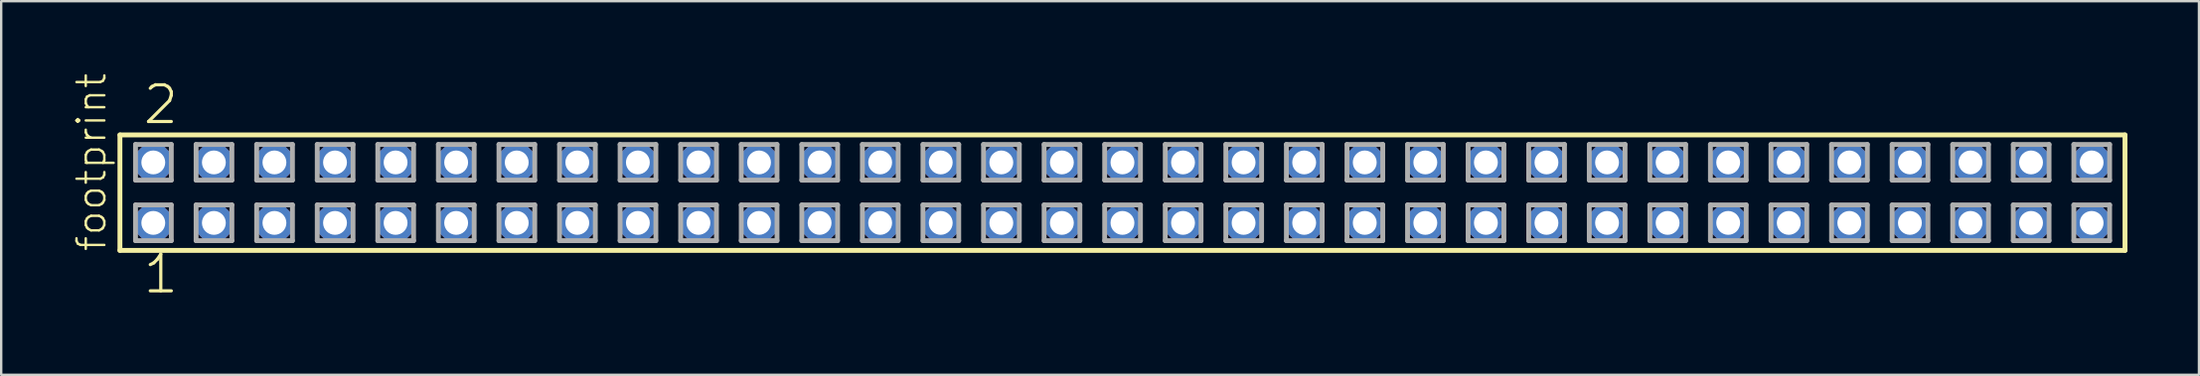
<source format=kicad_pcb>
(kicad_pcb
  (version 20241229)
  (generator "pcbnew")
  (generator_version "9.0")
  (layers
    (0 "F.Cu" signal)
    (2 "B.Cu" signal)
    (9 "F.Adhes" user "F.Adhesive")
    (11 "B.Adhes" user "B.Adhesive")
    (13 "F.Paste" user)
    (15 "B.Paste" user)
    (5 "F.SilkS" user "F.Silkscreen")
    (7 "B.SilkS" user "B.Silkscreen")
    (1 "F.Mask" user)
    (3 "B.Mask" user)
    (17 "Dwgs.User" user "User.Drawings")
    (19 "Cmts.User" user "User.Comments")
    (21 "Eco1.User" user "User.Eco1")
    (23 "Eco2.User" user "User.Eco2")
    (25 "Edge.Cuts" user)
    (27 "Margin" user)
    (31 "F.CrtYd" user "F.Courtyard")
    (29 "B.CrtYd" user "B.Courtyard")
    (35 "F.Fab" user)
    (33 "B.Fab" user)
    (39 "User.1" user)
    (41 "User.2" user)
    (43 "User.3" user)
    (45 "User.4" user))
  (footprint "footprint"
    (layer "F.Cu")
    (at 44.018 5.042)
    (property "Reference" "footprint" (at -42.545 2.54 90) (layer "F.SilkS") (effects (font (size 1.168 1.168) (thickness 0.102)) (justify left bottom)))
    (fp_line (start -42.039 -2.425) (end 42.039 -2.425) (stroke (width 0.203) (type solid)) (layer "F.SilkS"))
    (fp_line (start -42.039 2.425) (end -42.039 -2.425) (stroke (width 0.203) (type solid)) (layer "F.SilkS"))
    (fp_line (start 42.039 -2.425) (end 42.039 2.425) (stroke (width 0.203) (type solid)) (layer "F.SilkS"))
    (fp_line (start 42.039 2.425) (end -42.039 2.425) (stroke (width 0.203) (type solid)) (layer "F.SilkS"))
    (fp_line (start -41.385 -2.025) (end -39.885 -2.025) (stroke (width 0.203) (type solid)) (layer "F.Fab"))
    (fp_line (start -41.385 -0.525) (end -41.385 -2.025) (stroke (width 0.203) (type solid)) (layer "F.Fab"))
    (fp_line (start -41.385 0.515) (end -39.885 0.515) (stroke (width 0.203) (type solid)) (layer "F.Fab"))
    (fp_line (start -41.385 2.015) (end -41.385 0.515) (stroke (width 0.203) (type solid)) (layer "F.Fab"))
    (fp_line (start -39.885 -2.025) (end -39.885 -0.525) (stroke (width 0.203) (type solid)) (layer "F.Fab"))
    (fp_line (start -39.885 -0.525) (end -41.385 -0.525) (stroke (width 0.203) (type solid)) (layer "F.Fab"))
    (fp_line (start -39.885 0.515) (end -39.885 2.015) (stroke (width 0.203) (type solid)) (layer "F.Fab"))
    (fp_line (start -39.885 2.015) (end -41.385 2.015) (stroke (width 0.203) (type solid)) (layer "F.Fab"))
    (fp_line (start -38.845 -2.025) (end -37.345 -2.025) (stroke (width 0.203) (type solid)) (layer "F.Fab"))
    (fp_line (start -38.845 -0.525) (end -38.845 -2.025) (stroke (width 0.203) (type solid)) (layer "F.Fab"))
    (fp_line (start -38.845 0.515) (end -37.345 0.515) (stroke (width 0.203) (type solid)) (layer "F.Fab"))
    (fp_line (start -38.845 2.015) (end -38.845 0.515) (stroke (width 0.203) (type solid)) (layer "F.Fab"))
    (fp_line (start -37.345 -2.025) (end -37.345 -0.525) (stroke (width 0.203) (type solid)) (layer "F.Fab"))
    (fp_line (start -37.345 -0.525) (end -38.845 -0.525) (stroke (width 0.203) (type solid)) (layer "F.Fab"))
    (fp_line (start -37.345 0.515) (end -37.345 2.015) (stroke (width 0.203) (type solid)) (layer "F.Fab"))
    (fp_line (start -37.345 2.015) (end -38.845 2.015) (stroke (width 0.203) (type solid)) (layer "F.Fab"))
    (fp_line (start -36.305 -2.025) (end -34.805 -2.025) (stroke (width 0.203) (type solid)) (layer "F.Fab"))
    (fp_line (start -36.305 -0.525) (end -36.305 -2.025) (stroke (width 0.203) (type solid)) (layer "F.Fab"))
    (fp_line (start -36.305 0.515) (end -34.805 0.515) (stroke (width 0.203) (type solid)) (layer "F.Fab"))
    (fp_line (start -36.305 2.015) (end -36.305 0.515) (stroke (width 0.203) (type solid)) (layer "F.Fab"))
    (fp_line (start -34.805 -2.025) (end -34.805 -0.525) (stroke (width 0.203) (type solid)) (layer "F.Fab"))
    (fp_line (start -34.805 -0.525) (end -36.305 -0.525) (stroke (width 0.203) (type solid)) (layer "F.Fab"))
    (fp_line (start -34.805 0.515) (end -34.805 2.015) (stroke (width 0.203) (type solid)) (layer "F.Fab"))
    (fp_line (start -34.805 2.015) (end -36.305 2.015) (stroke (width 0.203) (type solid)) (layer "F.Fab"))
    (fp_line (start -33.765 -2.025) (end -32.265 -2.025) (stroke (width 0.203) (type solid)) (layer "F.Fab"))
    (fp_line (start -33.765 -0.525) (end -33.765 -2.025) (stroke (width 0.203) (type solid)) (layer "F.Fab"))
    (fp_line (start -33.765 0.515) (end -32.265 0.515) (stroke (width 0.203) (type solid)) (layer "F.Fab"))
    (fp_line (start -33.765 2.015) (end -33.765 0.515) (stroke (width 0.203) (type solid)) (layer "F.Fab"))
    (fp_line (start -32.265 -2.025) (end -32.265 -0.525) (stroke (width 0.203) (type solid)) (layer "F.Fab"))
    (fp_line (start -32.265 -0.525) (end -33.765 -0.525) (stroke (width 0.203) (type solid)) (layer "F.Fab"))
    (fp_line (start -32.265 0.515) (end -32.265 2.015) (stroke (width 0.203) (type solid)) (layer "F.Fab"))
    (fp_line (start -32.265 2.015) (end -33.765 2.015) (stroke (width 0.203) (type solid)) (layer "F.Fab"))
    (fp_line (start -31.225 -2.025) (end -29.725 -2.025) (stroke (width 0.203) (type solid)) (layer "F.Fab"))
    (fp_line (start -31.225 -0.525) (end -31.225 -2.025) (stroke (width 0.203) (type solid)) (layer "F.Fab"))
    (fp_line (start -31.225 0.515) (end -29.725 0.515) (stroke (width 0.203) (type solid)) (layer "F.Fab"))
    (fp_line (start -31.225 2.015) (end -31.225 0.515) (stroke (width 0.203) (type solid)) (layer "F.Fab"))
    (fp_line (start -29.725 -2.025) (end -29.725 -0.525) (stroke (width 0.203) (type solid)) (layer "F.Fab"))
    (fp_line (start -29.725 -0.525) (end -31.225 -0.525) (stroke (width 0.203) (type solid)) (layer "F.Fab"))
    (fp_line (start -29.725 0.515) (end -29.725 2.015) (stroke (width 0.203) (type solid)) (layer "F.Fab"))
    (fp_line (start -29.725 2.015) (end -31.225 2.015) (stroke (width 0.203) (type solid)) (layer "F.Fab"))
    (fp_line (start -28.685 -2.025) (end -27.185 -2.025) (stroke (width 0.203) (type solid)) (layer "F.Fab"))
    (fp_line (start -28.685 -0.525) (end -28.685 -2.025) (stroke (width 0.203) (type solid)) (layer "F.Fab"))
    (fp_line (start -28.685 0.515) (end -27.185 0.515) (stroke (width 0.203) (type solid)) (layer "F.Fab"))
    (fp_line (start -28.685 2.015) (end -28.685 0.515) (stroke (width 0.203) (type solid)) (layer "F.Fab"))
    (fp_line (start -27.185 -2.025) (end -27.185 -0.525) (stroke (width 0.203) (type solid)) (layer "F.Fab"))
    (fp_line (start -27.185 -0.525) (end -28.685 -0.525) (stroke (width 0.203) (type solid)) (layer "F.Fab"))
    (fp_line (start -27.185 0.515) (end -27.185 2.015) (stroke (width 0.203) (type solid)) (layer "F.Fab"))
    (fp_line (start -27.185 2.015) (end -28.685 2.015) (stroke (width 0.203) (type solid)) (layer "F.Fab"))
    (fp_line (start -26.145 -2.025) (end -24.645 -2.025) (stroke (width 0.203) (type solid)) (layer "F.Fab"))
    (fp_line (start -26.145 -0.525) (end -26.145 -2.025) (stroke (width 0.203) (type solid)) (layer "F.Fab"))
    (fp_line (start -26.145 0.515) (end -24.645 0.515) (stroke (width 0.203) (type solid)) (layer "F.Fab"))
    (fp_line (start -26.145 2.015) (end -26.145 0.515) (stroke (width 0.203) (type solid)) (layer "F.Fab"))
    (fp_line (start -24.645 -2.025) (end -24.645 -0.525) (stroke (width 0.203) (type solid)) (layer "F.Fab"))
    (fp_line (start -24.645 -0.525) (end -26.145 -0.525) (stroke (width 0.203) (type solid)) (layer "F.Fab"))
    (fp_line (start -24.645 0.515) (end -24.645 2.015) (stroke (width 0.203) (type solid)) (layer "F.Fab"))
    (fp_line (start -24.645 2.015) (end -26.145 2.015) (stroke (width 0.203) (type solid)) (layer "F.Fab"))
    (fp_line (start -23.605 -2.025) (end -22.105 -2.025) (stroke (width 0.203) (type solid)) (layer "F.Fab"))
    (fp_line (start -23.605 -0.525) (end -23.605 -2.025) (stroke (width 0.203) (type solid)) (layer "F.Fab"))
    (fp_line (start -23.605 0.515) (end -22.105 0.515) (stroke (width 0.203) (type solid)) (layer "F.Fab"))
    (fp_line (start -23.605 2.015) (end -23.605 0.515) (stroke (width 0.203) (type solid)) (layer "F.Fab"))
    (fp_line (start -22.105 -2.025) (end -22.105 -0.525) (stroke (width 0.203) (type solid)) (layer "F.Fab"))
    (fp_line (start -22.105 -0.525) (end -23.605 -0.525) (stroke (width 0.203) (type solid)) (layer "F.Fab"))
    (fp_line (start -22.105 0.515) (end -22.105 2.015) (stroke (width 0.203) (type solid)) (layer "F.Fab"))
    (fp_line (start -22.105 2.015) (end -23.605 2.015) (stroke (width 0.203) (type solid)) (layer "F.Fab"))
    (fp_line (start -21.065 -2.025) (end -19.565 -2.025) (stroke (width 0.203) (type solid)) (layer "F.Fab"))
    (fp_line (start -21.065 -0.525) (end -21.065 -2.025) (stroke (width 0.203) (type solid)) (layer "F.Fab"))
    (fp_line (start -21.065 0.515) (end -19.565 0.515) (stroke (width 0.203) (type solid)) (layer "F.Fab"))
    (fp_line (start -21.065 2.015) (end -21.065 0.515) (stroke (width 0.203) (type solid)) (layer "F.Fab"))
    (fp_line (start -19.565 -2.025) (end -19.565 -0.525) (stroke (width 0.203) (type solid)) (layer "F.Fab"))
    (fp_line (start -19.565 -0.525) (end -21.065 -0.525) (stroke (width 0.203) (type solid)) (layer "F.Fab"))
    (fp_line (start -19.565 0.515) (end -19.565 2.015) (stroke (width 0.203) (type solid)) (layer "F.Fab"))
    (fp_line (start -19.565 2.015) (end -21.065 2.015) (stroke (width 0.203) (type solid)) (layer "F.Fab"))
    (fp_line (start -18.525 -2.025) (end -17.025 -2.025) (stroke (width 0.203) (type solid)) (layer "F.Fab"))
    (fp_line (start -18.525 -0.525) (end -18.525 -2.025) (stroke (width 0.203) (type solid)) (layer "F.Fab"))
    (fp_line (start -18.525 0.515) (end -17.025 0.515) (stroke (width 0.203) (type solid)) (layer "F.Fab"))
    (fp_line (start -18.525 2.015) (end -18.525 0.515) (stroke (width 0.203) (type solid)) (layer "F.Fab"))
    (fp_line (start -17.025 -2.025) (end -17.025 -0.525) (stroke (width 0.203) (type solid)) (layer "F.Fab"))
    (fp_line (start -17.025 -0.525) (end -18.525 -0.525) (stroke (width 0.203) (type solid)) (layer "F.Fab"))
    (fp_line (start -17.025 0.515) (end -17.025 2.015) (stroke (width 0.203) (type solid)) (layer "F.Fab"))
    (fp_line (start -17.025 2.015) (end -18.525 2.015) (stroke (width 0.203) (type solid)) (layer "F.Fab"))
    (fp_line (start -15.985 -2.025) (end -14.485 -2.025) (stroke (width 0.203) (type solid)) (layer "F.Fab"))
    (fp_line (start -15.985 -0.525) (end -15.985 -2.025) (stroke (width 0.203) (type solid)) (layer "F.Fab"))
    (fp_line (start -15.985 0.515) (end -14.485 0.515) (stroke (width 0.203) (type solid)) (layer "F.Fab"))
    (fp_line (start -15.985 2.015) (end -15.985 0.515) (stroke (width 0.203) (type solid)) (layer "F.Fab"))
    (fp_line (start -14.485 -2.025) (end -14.485 -0.525) (stroke (width 0.203) (type solid)) (layer "F.Fab"))
    (fp_line (start -14.485 -0.525) (end -15.985 -0.525) (stroke (width 0.203) (type solid)) (layer "F.Fab"))
    (fp_line (start -14.485 0.515) (end -14.485 2.015) (stroke (width 0.203) (type solid)) (layer "F.Fab"))
    (fp_line (start -14.485 2.015) (end -15.985 2.015) (stroke (width 0.203) (type solid)) (layer "F.Fab"))
    (fp_line (start -13.445 -2.025) (end -11.945 -2.025) (stroke (width 0.203) (type solid)) (layer "F.Fab"))
    (fp_line (start -13.445 -0.525) (end -13.445 -2.025) (stroke (width 0.203) (type solid)) (layer "F.Fab"))
    (fp_line (start -13.445 0.515) (end -11.945 0.515) (stroke (width 0.203) (type solid)) (layer "F.Fab"))
    (fp_line (start -13.445 2.015) (end -13.445 0.515) (stroke (width 0.203) (type solid)) (layer "F.Fab"))
    (fp_line (start -11.945 -2.025) (end -11.945 -0.525) (stroke (width 0.203) (type solid)) (layer "F.Fab"))
    (fp_line (start -11.945 -0.525) (end -13.445 -0.525) (stroke (width 0.203) (type solid)) (layer "F.Fab"))
    (fp_line (start -11.945 0.515) (end -11.945 2.015) (stroke (width 0.203) (type solid)) (layer "F.Fab"))
    (fp_line (start -11.945 2.015) (end -13.445 2.015) (stroke (width 0.203) (type solid)) (layer "F.Fab"))
    (fp_line (start -10.905 -2.025) (end -9.405 -2.025) (stroke (width 0.203) (type solid)) (layer "F.Fab"))
    (fp_line (start -10.905 -0.525) (end -10.905 -2.025) (stroke (width 0.203) (type solid)) (layer "F.Fab"))
    (fp_line (start -10.905 0.515) (end -9.405 0.515) (stroke (width 0.203) (type solid)) (layer "F.Fab"))
    (fp_line (start -10.905 2.015) (end -10.905 0.515) (stroke (width 0.203) (type solid)) (layer "F.Fab"))
    (fp_line (start -9.405 -2.025) (end -9.405 -0.525) (stroke (width 0.203) (type solid)) (layer "F.Fab"))
    (fp_line (start -9.405 -0.525) (end -10.905 -0.525) (stroke (width 0.203) (type solid)) (layer "F.Fab"))
    (fp_line (start -9.405 0.515) (end -9.405 2.015) (stroke (width 0.203) (type solid)) (layer "F.Fab"))
    (fp_line (start -9.405 2.015) (end -10.905 2.015) (stroke (width 0.203) (type solid)) (layer "F.Fab"))
    (fp_line (start -8.365 -2.025) (end -6.865 -2.025) (stroke (width 0.203) (type solid)) (layer "F.Fab"))
    (fp_line (start -8.365 -0.525) (end -8.365 -2.025) (stroke (width 0.203) (type solid)) (layer "F.Fab"))
    (fp_line (start -8.365 0.515) (end -6.865 0.515) (stroke (width 0.203) (type solid)) (layer "F.Fab"))
    (fp_line (start -8.365 2.015) (end -8.365 0.515) (stroke (width 0.203) (type solid)) (layer "F.Fab"))
    (fp_line (start -6.865 -2.025) (end -6.865 -0.525) (stroke (width 0.203) (type solid)) (layer "F.Fab"))
    (fp_line (start -6.865 -0.525) (end -8.365 -0.525) (stroke (width 0.203) (type solid)) (layer "F.Fab"))
    (fp_line (start -6.865 0.515) (end -6.865 2.015) (stroke (width 0.203) (type solid)) (layer "F.Fab"))
    (fp_line (start -6.865 2.015) (end -8.365 2.015) (stroke (width 0.203) (type solid)) (layer "F.Fab"))
    (fp_line (start -5.825 -2.025) (end -4.325 -2.025) (stroke (width 0.203) (type solid)) (layer "F.Fab"))
    (fp_line (start -5.825 -0.525) (end -5.825 -2.025) (stroke (width 0.203) (type solid)) (layer "F.Fab"))
    (fp_line (start -5.825 0.515) (end -4.325 0.515) (stroke (width 0.203) (type solid)) (layer "F.Fab"))
    (fp_line (start -5.825 2.015) (end -5.825 0.515) (stroke (width 0.203) (type solid)) (layer "F.Fab"))
    (fp_line (start -4.325 -2.025) (end -4.325 -0.525) (stroke (width 0.203) (type solid)) (layer "F.Fab"))
    (fp_line (start -4.325 -0.525) (end -5.825 -0.525) (stroke (width 0.203) (type solid)) (layer "F.Fab"))
    (fp_line (start -4.325 0.515) (end -4.325 2.015) (stroke (width 0.203) (type solid)) (layer "F.Fab"))
    (fp_line (start -4.325 2.015) (end -5.825 2.015) (stroke (width 0.203) (type solid)) (layer "F.Fab"))
    (fp_line (start -3.285 -2.025) (end -1.785 -2.025) (stroke (width 0.203) (type solid)) (layer "F.Fab"))
    (fp_line (start -3.285 -0.525) (end -3.285 -2.025) (stroke (width 0.203) (type solid)) (layer "F.Fab"))
    (fp_line (start -3.285 0.515) (end -1.785 0.515) (stroke (width 0.203) (type solid)) (layer "F.Fab"))
    (fp_line (start -3.285 2.015) (end -3.285 0.515) (stroke (width 0.203) (type solid)) (layer "F.Fab"))
    (fp_line (start -1.785 -2.025) (end -1.785 -0.525) (stroke (width 0.203) (type solid)) (layer "F.Fab"))
    (fp_line (start -1.785 -0.525) (end -3.285 -0.525) (stroke (width 0.203) (type solid)) (layer "F.Fab"))
    (fp_line (start -1.785 0.515) (end -1.785 2.015) (stroke (width 0.203) (type solid)) (layer "F.Fab"))
    (fp_line (start -1.785 2.015) (end -3.285 2.015) (stroke (width 0.203) (type solid)) (layer "F.Fab"))
    (fp_line (start -0.745 -2.025) (end 0.755 -2.025) (stroke (width 0.203) (type solid)) (layer "F.Fab"))
    (fp_line (start -0.745 -0.525) (end -0.745 -2.025) (stroke (width 0.203) (type solid)) (layer "F.Fab"))
    (fp_line (start -0.745 0.515) (end 0.755 0.515) (stroke (width 0.203) (type solid)) (layer "F.Fab"))
    (fp_line (start -0.745 2.015) (end -0.745 0.515) (stroke (width 0.203) (type solid)) (layer "F.Fab"))
    (fp_line (start 0.755 -2.025) (end 0.755 -0.525) (stroke (width 0.203) (type solid)) (layer "F.Fab"))
    (fp_line (start 0.755 -0.525) (end -0.745 -0.525) (stroke (width 0.203) (type solid)) (layer "F.Fab"))
    (fp_line (start 0.755 0.515) (end 0.755 2.015) (stroke (width 0.203) (type solid)) (layer "F.Fab"))
    (fp_line (start 0.755 2.015) (end -0.745 2.015) (stroke (width 0.203) (type solid)) (layer "F.Fab"))
    (fp_line (start 1.795 -2.025) (end 3.295 -2.025) (stroke (width 0.203) (type solid)) (layer "F.Fab"))
    (fp_line (start 1.795 -0.525) (end 1.795 -2.025) (stroke (width 0.203) (type solid)) (layer "F.Fab"))
    (fp_line (start 1.795 0.515) (end 3.295 0.515) (stroke (width 0.203) (type solid)) (layer "F.Fab"))
    (fp_line (start 1.795 2.015) (end 1.795 0.515) (stroke (width 0.203) (type solid)) (layer "F.Fab"))
    (fp_line (start 3.295 -2.025) (end 3.295 -0.525) (stroke (width 0.203) (type solid)) (layer "F.Fab"))
    (fp_line (start 3.295 -0.525) (end 1.795 -0.525) (stroke (width 0.203) (type solid)) (layer "F.Fab"))
    (fp_line (start 3.295 0.515) (end 3.295 2.015) (stroke (width 0.203) (type solid)) (layer "F.Fab"))
    (fp_line (start 3.295 2.015) (end 1.795 2.015) (stroke (width 0.203) (type solid)) (layer "F.Fab"))
    (fp_line (start 4.335 -2.025) (end 5.835 -2.025) (stroke (width 0.203) (type solid)) (layer "F.Fab"))
    (fp_line (start 4.335 -0.525) (end 4.335 -2.025) (stroke (width 0.203) (type solid)) (layer "F.Fab"))
    (fp_line (start 4.335 0.515) (end 5.835 0.515) (stroke (width 0.203) (type solid)) (layer "F.Fab"))
    (fp_line (start 4.335 2.015) (end 4.335 0.515) (stroke (width 0.203) (type solid)) (layer "F.Fab"))
    (fp_line (start 5.835 -2.025) (end 5.835 -0.525) (stroke (width 0.203) (type solid)) (layer "F.Fab"))
    (fp_line (start 5.835 -0.525) (end 4.335 -0.525) (stroke (width 0.203) (type solid)) (layer "F.Fab"))
    (fp_line (start 5.835 0.515) (end 5.835 2.015) (stroke (width 0.203) (type solid)) (layer "F.Fab"))
    (fp_line (start 5.835 2.015) (end 4.335 2.015) (stroke (width 0.203) (type solid)) (layer "F.Fab"))
    (fp_line (start 6.875 -2.025) (end 8.375 -2.025) (stroke (width 0.203) (type solid)) (layer "F.Fab"))
    (fp_line (start 6.875 -0.525) (end 6.875 -2.025) (stroke (width 0.203) (type solid)) (layer "F.Fab"))
    (fp_line (start 6.875 0.515) (end 8.375 0.515) (stroke (width 0.203) (type solid)) (layer "F.Fab"))
    (fp_line (start 6.875 2.015) (end 6.875 0.515) (stroke (width 0.203) (type solid)) (layer "F.Fab"))
    (fp_line (start 8.375 -2.025) (end 8.375 -0.525) (stroke (width 0.203) (type solid)) (layer "F.Fab"))
    (fp_line (start 8.375 -0.525) (end 6.875 -0.525) (stroke (width 0.203) (type solid)) (layer "F.Fab"))
    (fp_line (start 8.375 0.515) (end 8.375 2.015) (stroke (width 0.203) (type solid)) (layer "F.Fab"))
    (fp_line (start 8.375 2.015) (end 6.875 2.015) (stroke (width 0.203) (type solid)) (layer "F.Fab"))
    (fp_line (start 9.415 -2.025) (end 10.915 -2.025) (stroke (width 0.203) (type solid)) (layer "F.Fab"))
    (fp_line (start 9.415 -0.525) (end 9.415 -2.025) (stroke (width 0.203) (type solid)) (layer "F.Fab"))
    (fp_line (start 9.415 0.515) (end 10.915 0.515) (stroke (width 0.203) (type solid)) (layer "F.Fab"))
    (fp_line (start 9.415 2.015) (end 9.415 0.515) (stroke (width 0.203) (type solid)) (layer "F.Fab"))
    (fp_line (start 10.915 -2.025) (end 10.915 -0.525) (stroke (width 0.203) (type solid)) (layer "F.Fab"))
    (fp_line (start 10.915 -0.525) (end 9.415 -0.525) (stroke (width 0.203) (type solid)) (layer "F.Fab"))
    (fp_line (start 10.915 0.515) (end 10.915 2.015) (stroke (width 0.203) (type solid)) (layer "F.Fab"))
    (fp_line (start 10.915 2.015) (end 9.415 2.015) (stroke (width 0.203) (type solid)) (layer "F.Fab"))
    (fp_line (start 11.955 -2.025) (end 13.455 -2.025) (stroke (width 0.203) (type solid)) (layer "F.Fab"))
    (fp_line (start 11.955 -0.525) (end 11.955 -2.025) (stroke (width 0.203) (type solid)) (layer "F.Fab"))
    (fp_line (start 11.955 0.515) (end 13.455 0.515) (stroke (width 0.203) (type solid)) (layer "F.Fab"))
    (fp_line (start 11.955 2.015) (end 11.955 0.515) (stroke (width 0.203) (type solid)) (layer "F.Fab"))
    (fp_line (start 13.455 -2.025) (end 13.455 -0.525) (stroke (width 0.203) (type solid)) (layer "F.Fab"))
    (fp_line (start 13.455 -0.525) (end 11.955 -0.525) (stroke (width 0.203) (type solid)) (layer "F.Fab"))
    (fp_line (start 13.455 0.515) (end 13.455 2.015) (stroke (width 0.203) (type solid)) (layer "F.Fab"))
    (fp_line (start 13.455 2.015) (end 11.955 2.015) (stroke (width 0.203) (type solid)) (layer "F.Fab"))
    (fp_line (start 14.495 -2.025) (end 15.995 -2.025) (stroke (width 0.203) (type solid)) (layer "F.Fab"))
    (fp_line (start 14.495 -0.525) (end 14.495 -2.025) (stroke (width 0.203) (type solid)) (layer "F.Fab"))
    (fp_line (start 14.495 0.515) (end 15.995 0.515) (stroke (width 0.203) (type solid)) (layer "F.Fab"))
    (fp_line (start 14.495 2.015) (end 14.495 0.515) (stroke (width 0.203) (type solid)) (layer "F.Fab"))
    (fp_line (start 15.995 -2.025) (end 15.995 -0.525) (stroke (width 0.203) (type solid)) (layer "F.Fab"))
    (fp_line (start 15.995 -0.525) (end 14.495 -0.525) (stroke (width 0.203) (type solid)) (layer "F.Fab"))
    (fp_line (start 15.995 0.515) (end 15.995 2.015) (stroke (width 0.203) (type solid)) (layer "F.Fab"))
    (fp_line (start 15.995 2.015) (end 14.495 2.015) (stroke (width 0.203) (type solid)) (layer "F.Fab"))
    (fp_line (start 17.035 -2.025) (end 18.535 -2.025) (stroke (width 0.203) (type solid)) (layer "F.Fab"))
    (fp_line (start 17.035 -0.525) (end 17.035 -2.025) (stroke (width 0.203) (type solid)) (layer "F.Fab"))
    (fp_line (start 17.035 0.515) (end 18.535 0.515) (stroke (width 0.203) (type solid)) (layer "F.Fab"))
    (fp_line (start 17.035 2.015) (end 17.035 0.515) (stroke (width 0.203) (type solid)) (layer "F.Fab"))
    (fp_line (start 18.535 -2.025) (end 18.535 -0.525) (stroke (width 0.203) (type solid)) (layer "F.Fab"))
    (fp_line (start 18.535 -0.525) (end 17.035 -0.525) (stroke (width 0.203) (type solid)) (layer "F.Fab"))
    (fp_line (start 18.535 0.515) (end 18.535 2.015) (stroke (width 0.203) (type solid)) (layer "F.Fab"))
    (fp_line (start 18.535 2.015) (end 17.035 2.015) (stroke (width 0.203) (type solid)) (layer "F.Fab"))
    (fp_line (start 19.575 -2.025) (end 21.075 -2.025) (stroke (width 0.203) (type solid)) (layer "F.Fab"))
    (fp_line (start 19.575 -0.525) (end 19.575 -2.025) (stroke (width 0.203) (type solid)) (layer "F.Fab"))
    (fp_line (start 19.575 0.515) (end 21.075 0.515) (stroke (width 0.203) (type solid)) (layer "F.Fab"))
    (fp_line (start 19.575 2.015) (end 19.575 0.515) (stroke (width 0.203) (type solid)) (layer "F.Fab"))
    (fp_line (start 21.075 -2.025) (end 21.075 -0.525) (stroke (width 0.203) (type solid)) (layer "F.Fab"))
    (fp_line (start 21.075 -0.525) (end 19.575 -0.525) (stroke (width 0.203) (type solid)) (layer "F.Fab"))
    (fp_line (start 21.075 0.515) (end 21.075 2.015) (stroke (width 0.203) (type solid)) (layer "F.Fab"))
    (fp_line (start 21.075 2.015) (end 19.575 2.015) (stroke (width 0.203) (type solid)) (layer "F.Fab"))
    (fp_line (start 22.115 -2.025) (end 23.615 -2.025) (stroke (width 0.203) (type solid)) (layer "F.Fab"))
    (fp_line (start 22.115 -0.525) (end 22.115 -2.025) (stroke (width 0.203) (type solid)) (layer "F.Fab"))
    (fp_line (start 22.115 0.515) (end 23.615 0.515) (stroke (width 0.203) (type solid)) (layer "F.Fab"))
    (fp_line (start 22.115 2.015) (end 22.115 0.515) (stroke (width 0.203) (type solid)) (layer "F.Fab"))
    (fp_line (start 23.615 -2.025) (end 23.615 -0.525) (stroke (width 0.203) (type solid)) (layer "F.Fab"))
    (fp_line (start 23.615 -0.525) (end 22.115 -0.525) (stroke (width 0.203) (type solid)) (layer "F.Fab"))
    (fp_line (start 23.615 0.515) (end 23.615 2.015) (stroke (width 0.203) (type solid)) (layer "F.Fab"))
    (fp_line (start 23.615 2.015) (end 22.115 2.015) (stroke (width 0.203) (type solid)) (layer "F.Fab"))
    (fp_line (start 24.655 -2.025) (end 26.155 -2.025) (stroke (width 0.203) (type solid)) (layer "F.Fab"))
    (fp_line (start 24.655 -0.525) (end 24.655 -2.025) (stroke (width 0.203) (type solid)) (layer "F.Fab"))
    (fp_line (start 24.655 0.515) (end 26.155 0.515) (stroke (width 0.203) (type solid)) (layer "F.Fab"))
    (fp_line (start 24.655 2.015) (end 24.655 0.515) (stroke (width 0.203) (type solid)) (layer "F.Fab"))
    (fp_line (start 26.155 -2.025) (end 26.155 -0.525) (stroke (width 0.203) (type solid)) (layer "F.Fab"))
    (fp_line (start 26.155 -0.525) (end 24.655 -0.525) (stroke (width 0.203) (type solid)) (layer "F.Fab"))
    (fp_line (start 26.155 0.515) (end 26.155 2.015) (stroke (width 0.203) (type solid)) (layer "F.Fab"))
    (fp_line (start 26.155 2.015) (end 24.655 2.015) (stroke (width 0.203) (type solid)) (layer "F.Fab"))
    (fp_line (start 27.195 -2.025) (end 28.695 -2.025) (stroke (width 0.203) (type solid)) (layer "F.Fab"))
    (fp_line (start 27.195 -0.525) (end 27.195 -2.025) (stroke (width 0.203) (type solid)) (layer "F.Fab"))
    (fp_line (start 27.195 0.515) (end 28.695 0.515) (stroke (width 0.203) (type solid)) (layer "F.Fab"))
    (fp_line (start 27.195 2.015) (end 27.195 0.515) (stroke (width 0.203) (type solid)) (layer "F.Fab"))
    (fp_line (start 28.695 -2.025) (end 28.695 -0.525) (stroke (width 0.203) (type solid)) (layer "F.Fab"))
    (fp_line (start 28.695 -0.525) (end 27.195 -0.525) (stroke (width 0.203) (type solid)) (layer "F.Fab"))
    (fp_line (start 28.695 0.515) (end 28.695 2.015) (stroke (width 0.203) (type solid)) (layer "F.Fab"))
    (fp_line (start 28.695 2.015) (end 27.195 2.015) (stroke (width 0.203) (type solid)) (layer "F.Fab"))
    (fp_line (start 29.735 -2.025) (end 31.235 -2.025) (stroke (width 0.203) (type solid)) (layer "F.Fab"))
    (fp_line (start 29.735 -0.525) (end 29.735 -2.025) (stroke (width 0.203) (type solid)) (layer "F.Fab"))
    (fp_line (start 29.735 0.515) (end 31.235 0.515) (stroke (width 0.203) (type solid)) (layer "F.Fab"))
    (fp_line (start 29.735 2.015) (end 29.735 0.515) (stroke (width 0.203) (type solid)) (layer "F.Fab"))
    (fp_line (start 31.235 -2.025) (end 31.235 -0.525) (stroke (width 0.203) (type solid)) (layer "F.Fab"))
    (fp_line (start 31.235 -0.525) (end 29.735 -0.525) (stroke (width 0.203) (type solid)) (layer "F.Fab"))
    (fp_line (start 31.235 0.515) (end 31.235 2.015) (stroke (width 0.203) (type solid)) (layer "F.Fab"))
    (fp_line (start 31.235 2.015) (end 29.735 2.015) (stroke (width 0.203) (type solid)) (layer "F.Fab"))
    (fp_line (start 32.275 -2.025) (end 33.775 -2.025) (stroke (width 0.203) (type solid)) (layer "F.Fab"))
    (fp_line (start 32.275 -0.525) (end 32.275 -2.025) (stroke (width 0.203) (type solid)) (layer "F.Fab"))
    (fp_line (start 32.275 0.515) (end 33.775 0.515) (stroke (width 0.203) (type solid)) (layer "F.Fab"))
    (fp_line (start 32.275 2.015) (end 32.275 0.515) (stroke (width 0.203) (type solid)) (layer "F.Fab"))
    (fp_line (start 33.775 -2.025) (end 33.775 -0.525) (stroke (width 0.203) (type solid)) (layer "F.Fab"))
    (fp_line (start 33.775 -0.525) (end 32.275 -0.525) (stroke (width 0.203) (type solid)) (layer "F.Fab"))
    (fp_line (start 33.775 0.515) (end 33.775 2.015) (stroke (width 0.203) (type solid)) (layer "F.Fab"))
    (fp_line (start 33.775 2.015) (end 32.275 2.015) (stroke (width 0.203) (type solid)) (layer "F.Fab"))
    (fp_line (start 34.815 -2.025) (end 36.315 -2.025) (stroke (width 0.203) (type solid)) (layer "F.Fab"))
    (fp_line (start 34.815 -0.525) (end 34.815 -2.025) (stroke (width 0.203) (type solid)) (layer "F.Fab"))
    (fp_line (start 34.815 0.515) (end 36.315 0.515) (stroke (width 0.203) (type solid)) (layer "F.Fab"))
    (fp_line (start 34.815 2.015) (end 34.815 0.515) (stroke (width 0.203) (type solid)) (layer "F.Fab"))
    (fp_line (start 36.315 -2.025) (end 36.315 -0.525) (stroke (width 0.203) (type solid)) (layer "F.Fab"))
    (fp_line (start 36.315 -0.525) (end 34.815 -0.525) (stroke (width 0.203) (type solid)) (layer "F.Fab"))
    (fp_line (start 36.315 0.515) (end 36.315 2.015) (stroke (width 0.203) (type solid)) (layer "F.Fab"))
    (fp_line (start 36.315 2.015) (end 34.815 2.015) (stroke (width 0.203) (type solid)) (layer "F.Fab"))
    (fp_line (start 37.355 -2.025) (end 38.855 -2.025) (stroke (width 0.203) (type solid)) (layer "F.Fab"))
    (fp_line (start 37.355 -0.525) (end 37.355 -2.025) (stroke (width 0.203) (type solid)) (layer "F.Fab"))
    (fp_line (start 37.355 0.515) (end 38.855 0.515) (stroke (width 0.203) (type solid)) (layer "F.Fab"))
    (fp_line (start 37.355 2.015) (end 37.355 0.515) (stroke (width 0.203) (type solid)) (layer "F.Fab"))
    (fp_line (start 38.855 -2.025) (end 38.855 -0.525) (stroke (width 0.203) (type solid)) (layer "F.Fab"))
    (fp_line (start 38.855 -0.525) (end 37.355 -0.525) (stroke (width 0.203) (type solid)) (layer "F.Fab"))
    (fp_line (start 38.855 0.515) (end 38.855 2.015) (stroke (width 0.203) (type solid)) (layer "F.Fab"))
    (fp_line (start 38.855 2.015) (end 37.355 2.015) (stroke (width 0.203) (type solid)) (layer "F.Fab"))
    (fp_line (start 39.895 -2.025) (end 41.395 -2.025) (stroke (width 0.203) (type solid)) (layer "F.Fab"))
    (fp_line (start 39.895 -0.525) (end 39.895 -2.025) (stroke (width 0.203) (type solid)) (layer "F.Fab"))
    (fp_line (start 39.895 0.515) (end 41.395 0.515) (stroke (width 0.203) (type solid)) (layer "F.Fab"))
    (fp_line (start 39.895 2.015) (end 39.895 0.515) (stroke (width 0.203) (type solid)) (layer "F.Fab"))
    (fp_line (start 41.395 -2.025) (end 41.395 -0.525) (stroke (width 0.203) (type solid)) (layer "F.Fab"))
    (fp_line (start 41.395 -0.525) (end 39.895 -0.525) (stroke (width 0.203) (type solid)) (layer "F.Fab"))
    (fp_line (start 41.395 0.515) (end 41.395 2.015) (stroke (width 0.203) (type solid)) (layer "F.Fab"))
    (fp_line (start 41.395 2.015) (end 39.895 2.015) (stroke (width 0.203) (type solid)) (layer "F.Fab"))
    (fp_text user "2" (at -41.148 -2.794 0) (layer "F.SilkS") (effects (font (size 1.542 1.542) (thickness 0.134)) (justify left bottom)))
    (fp_text user "1" (at -41.148 4.318 0) (layer "F.SilkS") (effects (font (size 1.542 1.542) (thickness 0.134)) (justify left bottom)))
    (pad "1" thru_hole roundrect (at -40.64 1.27) (size 1.5 1.5) (drill 1) (layers "*.Cu" "*.Mask") (roundrect_rratio 0.25) (chamfer_ratio 0.25) (chamfer top_left top_right bottom_left bottom_right))
    (pad "2" thru_hole roundrect (at -40.64 -1.27) (size 1.5 1.5) (drill 1) (layers "*.Cu" "*.Mask") (roundrect_rratio 0.25) (chamfer_ratio 0.25) (chamfer top_left top_right bottom_left bottom_right))
    (pad "3" thru_hole roundrect (at -38.1 1.27) (size 1.5 1.5) (drill 1) (layers "*.Cu" "*.Mask") (roundrect_rratio 0.25) (chamfer_ratio 0.25) (chamfer top_left top_right bottom_left bottom_right))
    (pad "4" thru_hole roundrect (at -38.1 -1.27) (size 1.5 1.5) (drill 1) (layers "*.Cu" "*.Mask") (roundrect_rratio 0.25) (chamfer_ratio 0.25) (chamfer top_left top_right bottom_left bottom_right))
    (pad "5" thru_hole roundrect (at -35.56 1.27) (size 1.5 1.5) (drill 1) (layers "*.Cu" "*.Mask") (roundrect_rratio 0.25) (chamfer_ratio 0.25) (chamfer top_left top_right bottom_left bottom_right))
    (pad "6" thru_hole roundrect (at -35.56 -1.27) (size 1.5 1.5) (drill 1) (layers "*.Cu" "*.Mask") (roundrect_rratio 0.25) (chamfer_ratio 0.25) (chamfer top_left top_right bottom_left bottom_right))
    (pad "7" thru_hole roundrect (at -33.02 1.27) (size 1.5 1.5) (drill 1) (layers "*.Cu" "*.Mask") (roundrect_rratio 0.25) (chamfer_ratio 0.25) (chamfer top_left top_right bottom_left bottom_right))
    (pad "8" thru_hole roundrect (at -33.02 -1.27) (size 1.5 1.5) (drill 1) (layers "*.Cu" "*.Mask") (roundrect_rratio 0.25) (chamfer_ratio 0.25) (chamfer top_left top_right bottom_left bottom_right))
    (pad "9" thru_hole roundrect (at -30.48 1.27) (size 1.5 1.5) (drill 1) (layers "*.Cu" "*.Mask") (roundrect_rratio 0.25) (chamfer_ratio 0.25) (chamfer top_left top_right bottom_left bottom_right))
    (pad "10" thru_hole roundrect (at -30.48 -1.27) (size 1.5 1.5) (drill 1) (layers "*.Cu" "*.Mask") (roundrect_rratio 0.25) (chamfer_ratio 0.25) (chamfer top_left top_right bottom_left bottom_right))
    (pad "11" thru_hole roundrect (at -27.94 1.27) (size 1.5 1.5) (drill 1) (layers "*.Cu" "*.Mask") (roundrect_rratio 0.25) (chamfer_ratio 0.25) (chamfer top_left top_right bottom_left bottom_right))
    (pad "12" thru_hole roundrect (at -27.94 -1.27) (size 1.5 1.5) (drill 1) (layers "*.Cu" "*.Mask") (roundrect_rratio 0.25) (chamfer_ratio 0.25) (chamfer top_left top_right bottom_left bottom_right))
    (pad "13" thru_hole roundrect (at -25.4 1.27) (size 1.5 1.5) (drill 1) (layers "*.Cu" "*.Mask") (roundrect_rratio 0.25) (chamfer_ratio 0.25) (chamfer top_left top_right bottom_left bottom_right))
    (pad "14" thru_hole roundrect (at -25.4 -1.27) (size 1.5 1.5) (drill 1) (layers "*.Cu" "*.Mask") (roundrect_rratio 0.25) (chamfer_ratio 0.25) (chamfer top_left top_right bottom_left bottom_right))
    (pad "15" thru_hole roundrect (at -22.86 1.27) (size 1.5 1.5) (drill 1) (layers "*.Cu" "*.Mask") (roundrect_rratio 0.25) (chamfer_ratio 0.25) (chamfer top_left top_right bottom_left bottom_right))
    (pad "16" thru_hole roundrect (at -22.86 -1.27) (size 1.5 1.5) (drill 1) (layers "*.Cu" "*.Mask") (roundrect_rratio 0.25) (chamfer_ratio 0.25) (chamfer top_left top_right bottom_left bottom_right))
    (pad "17" thru_hole roundrect (at -20.32 1.27) (size 1.5 1.5) (drill 1) (layers "*.Cu" "*.Mask") (roundrect_rratio 0.25) (chamfer_ratio 0.25) (chamfer top_left top_right bottom_left bottom_right))
    (pad "18" thru_hole roundrect (at -20.32 -1.27) (size 1.5 1.5) (drill 1) (layers "*.Cu" "*.Mask") (roundrect_rratio 0.25) (chamfer_ratio 0.25) (chamfer top_left top_right bottom_left bottom_right))
    (pad "19" thru_hole roundrect (at -17.78 1.27) (size 1.5 1.5) (drill 1) (layers "*.Cu" "*.Mask") (roundrect_rratio 0.25) (chamfer_ratio 0.25) (chamfer top_left top_right bottom_left bottom_right))
    (pad "20" thru_hole roundrect (at -17.78 -1.27) (size 1.5 1.5) (drill 1) (layers "*.Cu" "*.Mask") (roundrect_rratio 0.25) (chamfer_ratio 0.25) (chamfer top_left top_right bottom_left bottom_right))
    (pad "21" thru_hole roundrect (at -15.24 1.27) (size 1.5 1.5) (drill 1) (layers "*.Cu" "*.Mask") (roundrect_rratio 0.25) (chamfer_ratio 0.25) (chamfer top_left top_right bottom_left bottom_right))
    (pad "22" thru_hole roundrect (at -15.24 -1.27) (size 1.5 1.5) (drill 1) (layers "*.Cu" "*.Mask") (roundrect_rratio 0.25) (chamfer_ratio 0.25) (chamfer top_left top_right bottom_left bottom_right))
    (pad "23" thru_hole roundrect (at -12.7 1.27) (size 1.5 1.5) (drill 1) (layers "*.Cu" "*.Mask") (roundrect_rratio 0.25) (chamfer_ratio 0.25) (chamfer top_left top_right bottom_left bottom_right))
    (pad "24" thru_hole roundrect (at -12.7 -1.27) (size 1.5 1.5) (drill 1) (layers "*.Cu" "*.Mask") (roundrect_rratio 0.25) (chamfer_ratio 0.25) (chamfer top_left top_right bottom_left bottom_right))
    (pad "25" thru_hole roundrect (at -10.16 1.27) (size 1.5 1.5) (drill 1) (layers "*.Cu" "*.Mask") (roundrect_rratio 0.25) (chamfer_ratio 0.25) (chamfer top_left top_right bottom_left bottom_right))
    (pad "26" thru_hole roundrect (at -10.16 -1.27) (size 1.5 1.5) (drill 1) (layers "*.Cu" "*.Mask") (roundrect_rratio 0.25) (chamfer_ratio 0.25) (chamfer top_left top_right bottom_left bottom_right))
    (pad "27" thru_hole roundrect (at -7.62 1.27) (size 1.5 1.5) (drill 1) (layers "*.Cu" "*.Mask") (roundrect_rratio 0.25) (chamfer_ratio 0.25) (chamfer top_left top_right bottom_left bottom_right))
    (pad "28" thru_hole roundrect (at -7.62 -1.27) (size 1.5 1.5) (drill 1) (layers "*.Cu" "*.Mask") (roundrect_rratio 0.25) (chamfer_ratio 0.25) (chamfer top_left top_right bottom_left bottom_right))
    (pad "29" thru_hole roundrect (at -5.08 1.27) (size 1.5 1.5) (drill 1) (layers "*.Cu" "*.Mask") (roundrect_rratio 0.25) (chamfer_ratio 0.25) (chamfer top_left top_right bottom_left bottom_right))
    (pad "30" thru_hole roundrect (at -5.08 -1.27) (size 1.5 1.5) (drill 1) (layers "*.Cu" "*.Mask") (roundrect_rratio 0.25) (chamfer_ratio 0.25) (chamfer top_left top_right bottom_left bottom_right))
    (pad "31" thru_hole roundrect (at -2.54 1.27) (size 1.5 1.5) (drill 1) (layers "*.Cu" "*.Mask") (roundrect_rratio 0.25) (chamfer_ratio 0.25) (chamfer top_left top_right bottom_left bottom_right))
    (pad "32" thru_hole roundrect (at -2.54 -1.27) (size 1.5 1.5) (drill 1) (layers "*.Cu" "*.Mask") (roundrect_rratio 0.25) (chamfer_ratio 0.25) (chamfer top_left top_right bottom_left bottom_right))
    (pad "33" thru_hole roundrect (at 0 1.27) (size 1.5 1.5) (drill 1) (layers "*.Cu" "*.Mask") (roundrect_rratio 0.25) (chamfer_ratio 0.25) (chamfer top_left top_right bottom_left bottom_right))
    (pad "34" thru_hole roundrect (at 0 -1.27) (size 1.5 1.5) (drill 1) (layers "*.Cu" "*.Mask") (roundrect_rratio 0.25) (chamfer_ratio 0.25) (chamfer top_left top_right bottom_left bottom_right))
    (pad "35" thru_hole roundrect (at 2.54 1.27) (size 1.5 1.5) (drill 1) (layers "*.Cu" "*.Mask") (roundrect_rratio 0.25) (chamfer_ratio 0.25) (chamfer top_left top_right bottom_left bottom_right))
    (pad "36" thru_hole roundrect (at 2.54 -1.27) (size 1.5 1.5) (drill 1) (layers "*.Cu" "*.Mask") (roundrect_rratio 0.25) (chamfer_ratio 0.25) (chamfer top_left top_right bottom_left bottom_right))
    (pad "37" thru_hole roundrect (at 5.08 1.27) (size 1.5 1.5) (drill 1) (layers "*.Cu" "*.Mask") (roundrect_rratio 0.25) (chamfer_ratio 0.25) (chamfer top_left top_right bottom_left bottom_right))
    (pad "38" thru_hole roundrect (at 5.08 -1.27) (size 1.5 1.5) (drill 1) (layers "*.Cu" "*.Mask") (roundrect_rratio 0.25) (chamfer_ratio 0.25) (chamfer top_left top_right bottom_left bottom_right))
    (pad "39" thru_hole roundrect (at 7.62 1.27) (size 1.5 1.5) (drill 1) (layers "*.Cu" "*.Mask") (roundrect_rratio 0.25) (chamfer_ratio 0.25) (chamfer top_left top_right bottom_left bottom_right))
    (pad "40" thru_hole roundrect (at 7.62 -1.27) (size 1.5 1.5) (drill 1) (layers "*.Cu" "*.Mask") (roundrect_rratio 0.25) (chamfer_ratio 0.25) (chamfer top_left top_right bottom_left bottom_right))
    (pad "41" thru_hole roundrect (at 10.16 1.27) (size 1.5 1.5) (drill 1) (layers "*.Cu" "*.Mask") (roundrect_rratio 0.25) (chamfer_ratio 0.25) (chamfer top_left top_right bottom_left bottom_right))
    (pad "42" thru_hole roundrect (at 10.16 -1.27) (size 1.5 1.5) (drill 1) (layers "*.Cu" "*.Mask") (roundrect_rratio 0.25) (chamfer_ratio 0.25) (chamfer top_left top_right bottom_left bottom_right))
    (pad "43" thru_hole roundrect (at 12.7 1.27) (size 1.5 1.5) (drill 1) (layers "*.Cu" "*.Mask") (roundrect_rratio 0.25) (chamfer_ratio 0.25) (chamfer top_left top_right bottom_left bottom_right))
    (pad "44" thru_hole roundrect (at 12.7 -1.27) (size 1.5 1.5) (drill 1) (layers "*.Cu" "*.Mask") (roundrect_rratio 0.25) (chamfer_ratio 0.25) (chamfer top_left top_right bottom_left bottom_right))
    (pad "45" thru_hole roundrect (at 15.24 1.27) (size 1.5 1.5) (drill 1) (layers "*.Cu" "*.Mask") (roundrect_rratio 0.25) (chamfer_ratio 0.25) (chamfer top_left top_right bottom_left bottom_right))
    (pad "46" thru_hole roundrect (at 15.24 -1.27) (size 1.5 1.5) (drill 1) (layers "*.Cu" "*.Mask") (roundrect_rratio 0.25) (chamfer_ratio 0.25) (chamfer top_left top_right bottom_left bottom_right))
    (pad "47" thru_hole roundrect (at 17.78 1.27) (size 1.5 1.5) (drill 1) (layers "*.Cu" "*.Mask") (roundrect_rratio 0.25) (chamfer_ratio 0.25) (chamfer top_left top_right bottom_left bottom_right))
    (pad "48" thru_hole roundrect (at 17.78 -1.27) (size 1.5 1.5) (drill 1) (layers "*.Cu" "*.Mask") (roundrect_rratio 0.25) (chamfer_ratio 0.25) (chamfer top_left top_right bottom_left bottom_right))
    (pad "49" thru_hole roundrect (at 20.32 1.27) (size 1.5 1.5) (drill 1) (layers "*.Cu" "*.Mask") (roundrect_rratio 0.25) (chamfer_ratio 0.25) (chamfer top_left top_right bottom_left bottom_right))
    (pad "50" thru_hole roundrect (at 20.32 -1.27) (size 1.5 1.5) (drill 1) (layers "*.Cu" "*.Mask") (roundrect_rratio 0.25) (chamfer_ratio 0.25) (chamfer top_left top_right bottom_left bottom_right))
    (pad "51" thru_hole roundrect (at 22.86 1.27) (size 1.5 1.5) (drill 1) (layers "*.Cu" "*.Mask") (roundrect_rratio 0.25) (chamfer_ratio 0.25) (chamfer top_left top_right bottom_left bottom_right))
    (pad "52" thru_hole roundrect (at 22.86 -1.27) (size 1.5 1.5) (drill 1) (layers "*.Cu" "*.Mask") (roundrect_rratio 0.25) (chamfer_ratio 0.25) (chamfer top_left top_right bottom_left bottom_right))
    (pad "53" thru_hole roundrect (at 25.4 1.27) (size 1.5 1.5) (drill 1) (layers "*.Cu" "*.Mask") (roundrect_rratio 0.25) (chamfer_ratio 0.25) (chamfer top_left top_right bottom_left bottom_right))
    (pad "54" thru_hole roundrect (at 25.4 -1.27) (size 1.5 1.5) (drill 1) (layers "*.Cu" "*.Mask") (roundrect_rratio 0.25) (chamfer_ratio 0.25) (chamfer top_left top_right bottom_left bottom_right))
    (pad "55" thru_hole roundrect (at 27.94 1.27) (size 1.5 1.5) (drill 1) (layers "*.Cu" "*.Mask") (roundrect_rratio 0.25) (chamfer_ratio 0.25) (chamfer top_left top_right bottom_left bottom_right))
    (pad "56" thru_hole roundrect (at 27.94 -1.27) (size 1.5 1.5) (drill 1) (layers "*.Cu" "*.Mask") (roundrect_rratio 0.25) (chamfer_ratio 0.25) (chamfer top_left top_right bottom_left bottom_right))
    (pad "57" thru_hole roundrect (at 30.48 1.27) (size 1.5 1.5) (drill 1) (layers "*.Cu" "*.Mask") (roundrect_rratio 0.25) (chamfer_ratio 0.25) (chamfer top_left top_right bottom_left bottom_right))
    (pad "58" thru_hole roundrect (at 30.48 -1.27) (size 1.5 1.5) (drill 1) (layers "*.Cu" "*.Mask") (roundrect_rratio 0.25) (chamfer_ratio 0.25) (chamfer top_left top_right bottom_left bottom_right))
    (pad "59" thru_hole roundrect (at 33.02 1.27) (size 1.5 1.5) (drill 1) (layers "*.Cu" "*.Mask") (roundrect_rratio 0.25) (chamfer_ratio 0.25) (chamfer top_left top_right bottom_left bottom_right))
    (pad "60" thru_hole roundrect (at 33.02 -1.27) (size 1.5 1.5) (drill 1) (layers "*.Cu" "*.Mask") (roundrect_rratio 0.25) (chamfer_ratio 0.25) (chamfer top_left top_right bottom_left bottom_right))
    (pad "61" thru_hole roundrect (at 35.56 1.27) (size 1.5 1.5) (drill 1) (layers "*.Cu" "*.Mask") (roundrect_rratio 0.25) (chamfer_ratio 0.25) (chamfer top_left top_right bottom_left bottom_right))
    (pad "62" thru_hole roundrect (at 35.56 -1.27) (size 1.5 1.5) (drill 1) (layers "*.Cu" "*.Mask") (roundrect_rratio 0.25) (chamfer_ratio 0.25) (chamfer top_left top_right bottom_left bottom_right))
    (pad "63" thru_hole roundrect (at 38.1 1.27) (size 1.5 1.5) (drill 1) (layers "*.Cu" "*.Mask") (roundrect_rratio 0.25) (chamfer_ratio 0.25) (chamfer top_left top_right bottom_left bottom_right))
    (pad "64" thru_hole roundrect (at 38.1 -1.27) (size 1.5 1.5) (drill 1) (layers "*.Cu" "*.Mask") (roundrect_rratio 0.25) (chamfer_ratio 0.25) (chamfer top_left top_right bottom_left bottom_right))
    (pad "65" thru_hole roundrect (at 40.64 1.27) (size 1.5 1.5) (drill 1) (layers "*.Cu" "*.Mask") (roundrect_rratio 0.25) (chamfer_ratio 0.25) (chamfer top_left top_right bottom_left bottom_right))
    (pad "66" thru_hole roundrect (at 40.64 -1.27) (size 1.5 1.5) (drill 1) (layers "*.Cu" "*.Mask") (roundrect_rratio 0.25) (chamfer_ratio 0.25) (chamfer top_left top_right bottom_left bottom_right)))
  (gr_rect
    (start -3 -3)
    (end 89.159 12.691)
    (stroke (width 0.1) (type default))
    (fill no)
    (layer "Edge.Cuts")))
</source>
